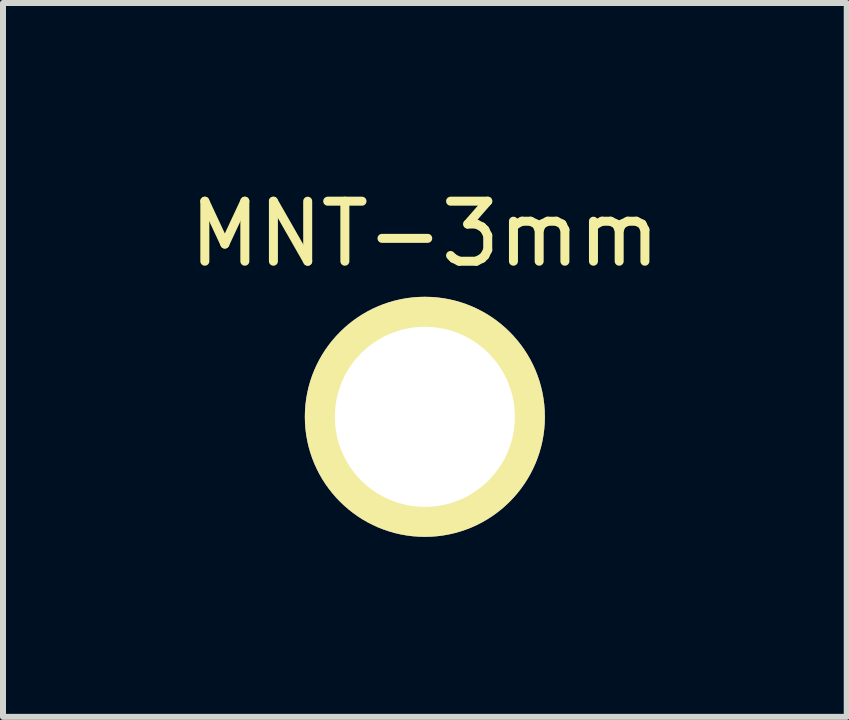
<source format=kicad_pcb>
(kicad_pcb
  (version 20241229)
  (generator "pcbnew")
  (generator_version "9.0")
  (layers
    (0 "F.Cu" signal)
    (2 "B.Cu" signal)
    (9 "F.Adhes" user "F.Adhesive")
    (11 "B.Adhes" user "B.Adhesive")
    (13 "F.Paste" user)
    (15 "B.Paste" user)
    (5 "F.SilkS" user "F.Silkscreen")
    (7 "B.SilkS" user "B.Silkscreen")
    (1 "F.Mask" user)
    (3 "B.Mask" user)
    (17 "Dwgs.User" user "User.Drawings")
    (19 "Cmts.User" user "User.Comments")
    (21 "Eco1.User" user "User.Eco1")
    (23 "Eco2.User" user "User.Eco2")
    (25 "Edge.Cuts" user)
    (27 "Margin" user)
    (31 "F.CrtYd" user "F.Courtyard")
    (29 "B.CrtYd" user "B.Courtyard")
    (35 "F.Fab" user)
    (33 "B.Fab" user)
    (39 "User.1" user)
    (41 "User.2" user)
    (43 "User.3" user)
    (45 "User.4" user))
  (footprint "MNT-3mm"
    (layer "F.Cu")
    (at 4.03 3.896)
    (property "Reference" "MNT-3mm" (at 0 -3.048 0) (layer "F.SilkS") (effects (font (size 1 1) (thickness 0.15))))
    (attr through_hole)
    (pad "1" thru_hole circle (at 0 0) (size 4 4) (drill 3) (layers "*.Cu" "*.Paste" "*.Mask" "F.SilkS")))
  (gr_rect
    (start -3 -3)
    (end 11.06 8.896)
    (stroke (width 0.1) (type default))
    (fill no)
    (layer "Edge.Cuts")))
</source>
